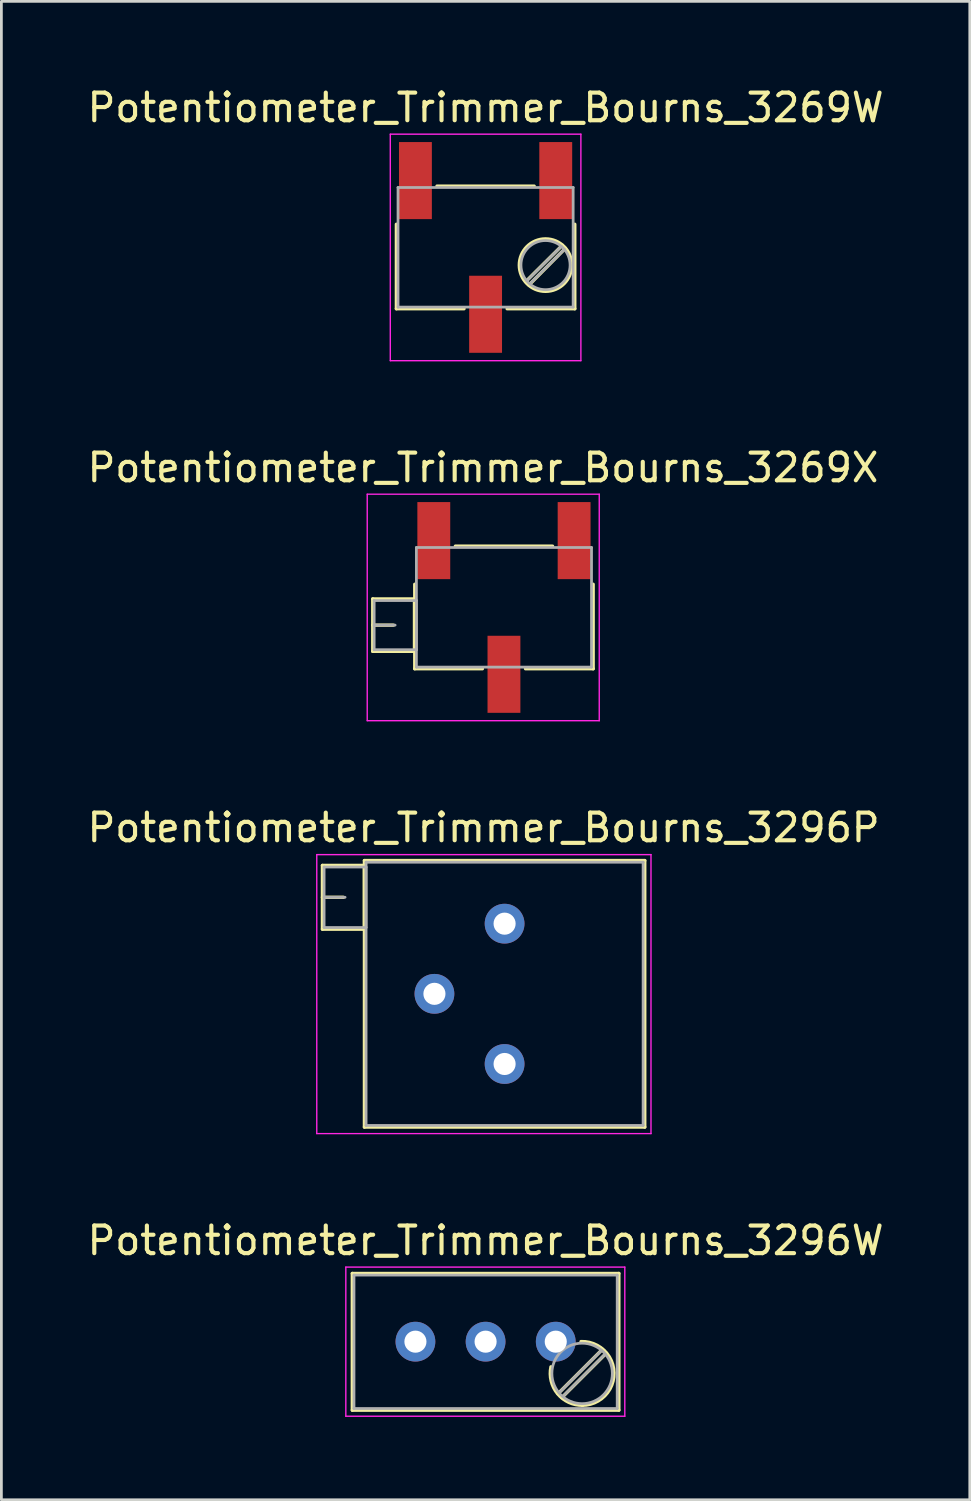
<source format=kicad_pcb>
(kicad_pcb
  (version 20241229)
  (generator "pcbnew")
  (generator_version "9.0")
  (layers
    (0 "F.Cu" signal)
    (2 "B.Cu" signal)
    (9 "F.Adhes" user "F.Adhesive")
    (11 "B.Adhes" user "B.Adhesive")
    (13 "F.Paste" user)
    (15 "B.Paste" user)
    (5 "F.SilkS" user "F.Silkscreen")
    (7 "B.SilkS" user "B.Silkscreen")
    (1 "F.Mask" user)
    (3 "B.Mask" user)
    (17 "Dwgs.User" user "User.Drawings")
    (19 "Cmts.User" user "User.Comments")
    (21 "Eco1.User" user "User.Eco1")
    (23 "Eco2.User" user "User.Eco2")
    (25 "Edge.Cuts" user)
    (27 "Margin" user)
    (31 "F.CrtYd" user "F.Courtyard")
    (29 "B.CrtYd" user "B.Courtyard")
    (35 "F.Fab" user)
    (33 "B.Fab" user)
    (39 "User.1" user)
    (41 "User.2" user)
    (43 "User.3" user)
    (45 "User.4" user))
  (footprint "Potentiometer_Trimmer_Bourns_3296W"
    (layer "F.Cu")
    (at 17.07 45.523)
    (property "Reference" "Potentiometer_Trimmer_Bourns_3296W" (at -2.54 -3.66 0) (layer "F.SilkS") (effects (font (size 1 1) (thickness 0.15))))
    (attr through_hole)
    (fp_line (start -7.365 -2.47) (end -7.365 2.481) (stroke (width 0.12) (type solid)) (layer "F.SilkS"))
    (fp_line (start -7.365 -2.47) (end 2.285 -2.47) (stroke (width 0.12) (type solid)) (layer "F.SilkS"))
    (fp_line (start -7.365 2.481) (end 2.285 2.481) (stroke (width 0.12) (type solid)) (layer "F.SilkS"))
    (fp_line (start 1.691 0.275) (end 0.079 1.885) (stroke (width 0.12) (type solid)) (layer "F.SilkS"))
    (fp_line (start 1.831 0.416) (end 0.22 2.026) (stroke (width 0.12) (type solid)) (layer "F.SilkS"))
    (fp_line (start 2.285 -2.47) (end 2.285 2.481) (stroke (width 0.12) (type solid)) (layer "F.SilkS"))
    (fp_arc (start 0.914691 -0.004296) (mid 2.109824 1.129842) (end 0.955 2.305) (stroke (width 0.12) (type solid)) (layer "F.SilkS"))
    (fp_arc (start 0.975121 2.304052) (mid 0.064355 1.884161) (end -0.174 0.91) (stroke (width 0.12) (type solid)) (layer "F.SilkS"))
    (fp_line (start -7.6 -2.7) (end -7.6 2.7) (stroke (width 0.05) (type solid)) (layer "F.CrtYd"))
    (fp_line (start -7.6 2.7) (end 2.5 2.7) (stroke (width 0.05) (type solid)) (layer "F.CrtYd"))
    (fp_line (start 2.5 -2.7) (end -7.6 -2.7) (stroke (width 0.05) (type solid)) (layer "F.CrtYd"))
    (fp_line (start 2.5 2.7) (end 2.5 -2.7) (stroke (width 0.05) (type solid)) (layer "F.CrtYd"))
    (fp_line (start -7.305 -2.41) (end -7.305 2.42) (stroke (width 0.1) (type solid)) (layer "F.Fab"))
    (fp_line (start -7.305 2.42) (end 2.225 2.42) (stroke (width 0.1) (type solid)) (layer "F.Fab"))
    (fp_line (start 1.652 0.32) (end 0.125 1.847) (stroke (width 0.1) (type solid)) (layer "F.Fab"))
    (fp_line (start 1.786 0.454) (end 0.259 1.981) (stroke (width 0.1) (type solid)) (layer "F.Fab"))
    (fp_line (start 2.225 -2.41) (end -7.305 -2.41) (stroke (width 0.1) (type solid)) (layer "F.Fab"))
    (fp_line (start 2.225 2.42) (end 2.225 -2.41) (stroke (width 0.1) (type solid)) (layer "F.Fab"))
    (fp_circle (center 0.955 1.15) (end 2.05 1.15) (stroke (width 0.1) (type solid)) (fill no) (layer "F.Fab"))
    (pad "1" thru_hole circle (at 0 0) (size 1.44 1.44) (drill 0.8) (layers "*.Cu" "*.Mask"))
    (pad "2" thru_hole circle (at -2.54 0) (size 1.44 1.44) (drill 0.8) (layers "*.Cu" "*.Mask"))
    (pad "3" thru_hole circle (at -5.08 0) (size 1.44 1.44) (drill 0.8) (layers "*.Cu" "*.Mask")))
  (footprint "Potentiometer_Trimmer_Bourns_3269X"
    (layer "F.Cu")
    (at 15.195 18.942)
    (property "Reference" "Potentiometer_Trimmer_Bourns_3269X" (at -0.76 -5.06 0) (layer "F.SilkS") (effects (font (size 1 1) (thickness 0.15))))
    (attr smd)
    (fp_line (start -4.75 -0.31) (end -4.75 1.59) (stroke (width 0.12) (type solid)) (layer "F.SilkS"))
    (fp_line (start -4.75 -0.31) (end -3.24 -0.31) (stroke (width 0.12) (type solid)) (layer "F.SilkS"))
    (fp_line (start -4.75 0.64) (end -4 0.64) (stroke (width 0.12) (type solid)) (layer "F.SilkS"))
    (fp_line (start -4.75 1.59) (end -3.24 1.59) (stroke (width 0.12) (type solid)) (layer "F.SilkS"))
    (fp_line (start -3.24 -0.31) (end -3.24 1.59) (stroke (width 0.12) (type solid)) (layer "F.SilkS"))
    (fp_line (start -3.23 -0.84) (end -3.23 2.22) (stroke (width 0.12) (type solid)) (layer "F.SilkS"))
    (fp_line (start -3.23 2.22) (end -0.78 2.22) (stroke (width 0.12) (type solid)) (layer "F.SilkS"))
    (fp_line (start -1.76 -2.22) (end 1.76 -2.22) (stroke (width 0.12) (type solid)) (layer "F.SilkS"))
    (fp_line (start 0.78 2.22) (end 3.23 2.22) (stroke (width 0.12) (type solid)) (layer "F.SilkS"))
    (fp_line (start 3.23 -0.84) (end 3.23 2.22) (stroke (width 0.12) (type solid)) (layer "F.SilkS"))
    (fp_line (start -4.95 -4.1) (end -4.95 4.1) (stroke (width 0.05) (type solid)) (layer "F.CrtYd"))
    (fp_line (start -4.95 4.1) (end 3.45 4.1) (stroke (width 0.05) (type solid)) (layer "F.CrtYd"))
    (fp_line (start 3.45 -4.1) (end -4.95 -4.1) (stroke (width 0.05) (type solid)) (layer "F.CrtYd"))
    (fp_line (start 3.45 4.1) (end 3.45 -4.1) (stroke (width 0.05) (type solid)) (layer "F.CrtYd"))
    (fp_line (start -4.7 -0.25) (end -4.7 1.53) (stroke (width 0.1) (type solid)) (layer "F.Fab"))
    (fp_line (start -4.7 0.64) (end -3.94 0.64) (stroke (width 0.1) (type solid)) (layer "F.Fab"))
    (fp_line (start -4.7 1.53) (end -3.17 1.53) (stroke (width 0.1) (type solid)) (layer "F.Fab"))
    (fp_line (start -3.17 -2.17) (end -3.17 2.16) (stroke (width 0.1) (type solid)) (layer "F.Fab"))
    (fp_line (start -3.17 -0.25) (end -4.7 -0.25) (stroke (width 0.1) (type solid)) (layer "F.Fab"))
    (fp_line (start -3.17 1.53) (end -3.17 -0.25) (stroke (width 0.1) (type solid)) (layer "F.Fab"))
    (fp_line (start -3.17 2.16) (end 3.17 2.16) (stroke (width 0.1) (type solid)) (layer "F.Fab"))
    (fp_line (start 3.17 -2.17) (end -3.17 -2.17) (stroke (width 0.1) (type solid)) (layer "F.Fab"))
    (fp_line (start 3.17 2.16) (end 3.17 -2.17) (stroke (width 0.1) (type solid)) (layer "F.Fab"))
    (pad "1" smd rect (at 2.54 -2.42) (size 1.19 2.79) (layers "F.Cu" "F.Mask"))
    (pad "2" smd rect (at 0 2.42) (size 1.19 2.79) (layers "F.Cu" "F.Mask"))
    (pad "3" smd rect (at -2.54 -2.42) (size 1.19 2.79) (layers "F.Cu" "F.Mask")))
  (footprint "Potentiometer_Trimmer_Bourns_3269W"
    (layer "F.Cu")
    (at 14.53 5.908)
    (property "Reference" "Potentiometer_Trimmer_Bourns_3269W" (at 0 -5.06 0) (layer "F.SilkS") (effects (font (size 1 1) (thickness 0.15))))
    (attr smd)
    (fp_line (start -3.23 -0.84) (end -3.23 2.22) (stroke (width 0.12) (type solid)) (layer "F.SilkS"))
    (fp_line (start -3.23 2.22) (end -0.78 2.22) (stroke (width 0.12) (type solid)) (layer "F.SilkS"))
    (fp_line (start -1.76 -2.22) (end 1.76 -2.22) (stroke (width 0.12) (type solid)) (layer "F.SilkS"))
    (fp_line (start 0.78 2.22) (end 3.23 2.22) (stroke (width 0.12) (type solid)) (layer "F.SilkS"))
    (fp_line (start 2.78 -0.08) (end 1.45 1.24) (stroke (width 0.12) (type solid)) (layer "F.SilkS"))
    (fp_line (start 2.89 0.03) (end 1.57 1.36) (stroke (width 0.12) (type solid)) (layer "F.SilkS"))
    (fp_line (start 3.23 -0.84) (end 3.23 2.22) (stroke (width 0.12) (type solid)) (layer "F.SilkS"))
    (fp_circle (center 2.17 0.64) (end 3.12 0.64) (stroke (width 0.12) (type solid)) (fill no) (layer "F.SilkS"))
    (fp_line (start -3.45 -4.1) (end -3.45 4.1) (stroke (width 0.05) (type solid)) (layer "F.CrtYd"))
    (fp_line (start -3.45 4.1) (end 3.45 4.1) (stroke (width 0.05) (type solid)) (layer "F.CrtYd"))
    (fp_line (start 3.45 -4.1) (end -3.45 -4.1) (stroke (width 0.05) (type solid)) (layer "F.CrtYd"))
    (fp_line (start 3.45 4.1) (end 3.45 -4.1) (stroke (width 0.05) (type solid)) (layer "F.CrtYd"))
    (fp_line (start -3.17 -2.17) (end -3.17 2.16) (stroke (width 0.1) (type solid)) (layer "F.Fab"))
    (fp_line (start -3.17 2.16) (end 3.17 2.16) (stroke (width 0.1) (type solid)) (layer "F.Fab"))
    (fp_line (start 2.74 -0.04) (end 1.5 1.2) (stroke (width 0.1) (type solid)) (layer "F.Fab"))
    (fp_line (start 2.85 0.07) (end 1.61 1.31) (stroke (width 0.1) (type solid)) (layer "F.Fab"))
    (fp_line (start 3.17 -2.17) (end -3.17 -2.17) (stroke (width 0.1) (type solid)) (layer "F.Fab"))
    (fp_line (start 3.17 2.16) (end 3.17 -2.17) (stroke (width 0.1) (type solid)) (layer "F.Fab"))
    (fp_circle (center 2.17 0.64) (end 3.06 0.64) (stroke (width 0.1) (type solid)) (fill no) (layer "F.Fab"))
    (pad "1" smd rect (at 2.54 -2.42) (size 1.19 2.79) (layers "F.Cu" "F.Mask"))
    (pad "2" smd rect (at 0 2.42) (size 1.19 2.79) (layers "F.Cu" "F.Mask"))
    (pad "3" smd rect (at -2.54 -2.42) (size 1.19 2.79) (layers "F.Cu" "F.Mask")))
  (footprint "Potentiometer_Trimmer_Bourns_3296P"
    (layer "F.Cu")
    (at 15.218 30.39)
    (property "Reference" "Potentiometer_Trimmer_Bourns_3296P" (at -0.76 -3.475 0) (layer "F.SilkS") (effects (font (size 1 1) (thickness 0.15))))
    (attr through_hole)
    (fp_line (start -6.595 -2.109) (end -6.595 0.2) (stroke (width 0.12) (type solid)) (layer "F.SilkS"))
    (fp_line (start -6.595 -2.109) (end -5.076 -2.109) (stroke (width 0.12) (type solid)) (layer "F.SilkS"))
    (fp_line (start -6.595 -0.955) (end -5.835 -0.955) (stroke (width 0.12) (type solid)) (layer "F.SilkS"))
    (fp_line (start -6.595 0.2) (end -5.076 0.2) (stroke (width 0.12) (type solid)) (layer "F.SilkS"))
    (fp_line (start -5.076 -2.109) (end -5.076 0.2) (stroke (width 0.12) (type solid)) (layer "F.SilkS"))
    (fp_line (start -5.075 -2.285) (end -5.075 7.365) (stroke (width 0.12) (type solid)) (layer "F.SilkS"))
    (fp_line (start -5.075 -2.285) (end 5.075 -2.285) (stroke (width 0.12) (type solid)) (layer "F.SilkS"))
    (fp_line (start -5.075 7.365) (end 5.075 7.365) (stroke (width 0.12) (type solid)) (layer "F.SilkS"))
    (fp_line (start 5.075 -2.285) (end 5.075 7.365) (stroke (width 0.12) (type solid)) (layer "F.SilkS"))
    (fp_line (start -6.8 -2.5) (end -6.8 7.6) (stroke (width 0.05) (type solid)) (layer "F.CrtYd"))
    (fp_line (start -6.8 7.6) (end 5.3 7.6) (stroke (width 0.05) (type solid)) (layer "F.CrtYd"))
    (fp_line (start 5.3 -2.5) (end -6.8 -2.5) (stroke (width 0.05) (type solid)) (layer "F.CrtYd"))
    (fp_line (start 5.3 7.6) (end 5.3 -2.5) (stroke (width 0.05) (type solid)) (layer "F.CrtYd"))
    (fp_line (start -6.535 -2.05) (end -6.535 0.14) (stroke (width 0.1) (type solid)) (layer "F.Fab"))
    (fp_line (start -6.535 -0.955) (end -5.775 -0.955) (stroke (width 0.1) (type solid)) (layer "F.Fab"))
    (fp_line (start -6.535 0.14) (end -5.015 0.14) (stroke (width 0.1) (type solid)) (layer "F.Fab"))
    (fp_line (start -5.015 -2.225) (end -5.015 7.305) (stroke (width 0.1) (type solid)) (layer "F.Fab"))
    (fp_line (start -5.015 -2.05) (end -6.535 -2.05) (stroke (width 0.1) (type solid)) (layer "F.Fab"))
    (fp_line (start -5.015 0.14) (end -5.015 -2.05) (stroke (width 0.1) (type solid)) (layer "F.Fab"))
    (fp_line (start -5.015 7.305) (end 5.015 7.305) (stroke (width 0.1) (type solid)) (layer "F.Fab"))
    (fp_line (start 5.015 -2.225) (end -5.015 -2.225) (stroke (width 0.1) (type solid)) (layer "F.Fab"))
    (fp_line (start 5.015 7.305) (end 5.015 -2.225) (stroke (width 0.1) (type solid)) (layer "F.Fab"))
    (pad "1" thru_hole circle (at 0 0) (size 1.44 1.44) (drill 0.8) (layers "*.Cu" "*.Mask"))
    (pad "2" thru_hole circle (at -2.54 2.54) (size 1.44 1.44) (drill 0.8) (layers "*.Cu" "*.Mask"))
    (pad "3" thru_hole circle (at 0 5.08) (size 1.44 1.44) (drill 0.8) (layers "*.Cu" "*.Mask")))
  (gr_rect
    (start -3 -3)
    (end 32.06 51.248)
    (stroke (width 0.1) (type default))
    (fill no)
    (layer "Edge.Cuts")))
</source>
